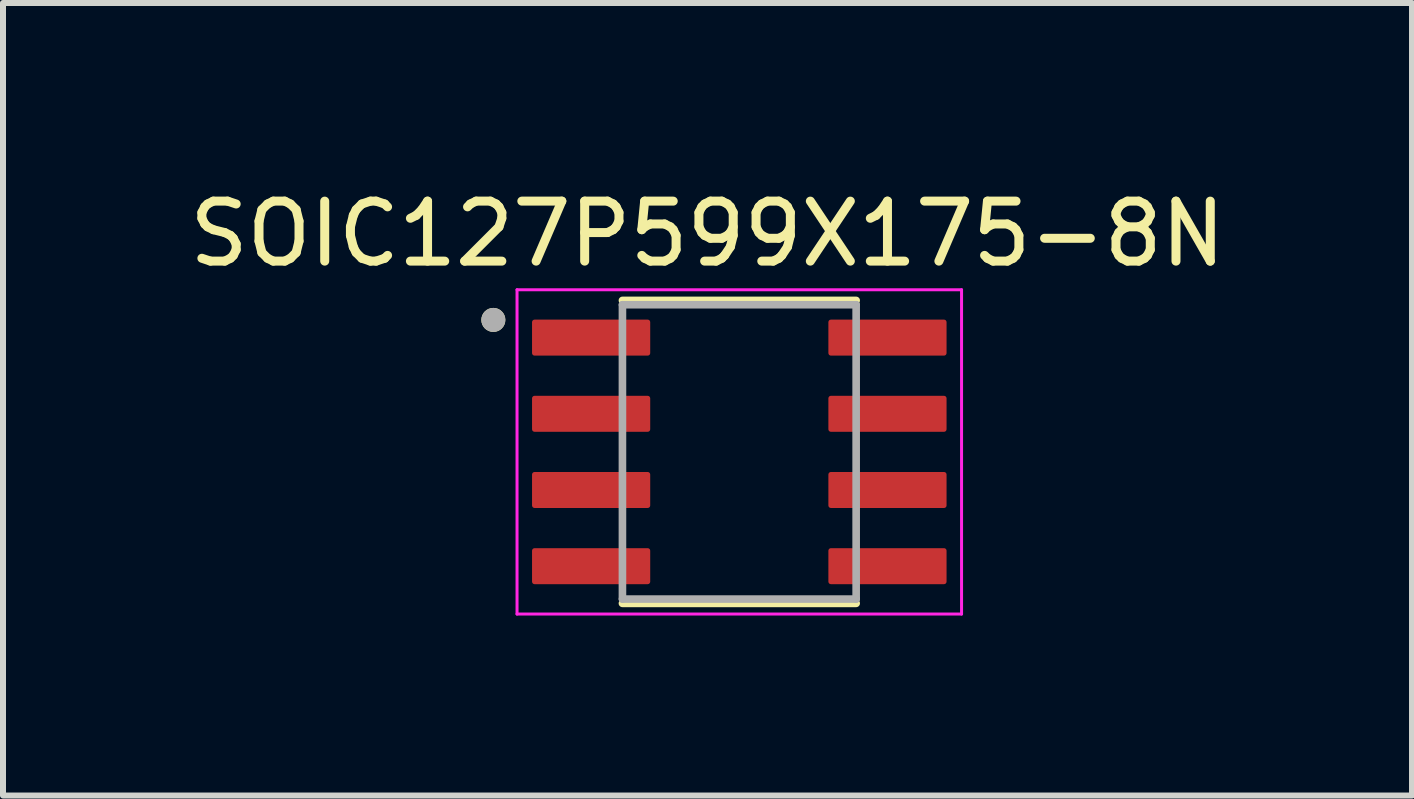
<source format=kicad_pcb>
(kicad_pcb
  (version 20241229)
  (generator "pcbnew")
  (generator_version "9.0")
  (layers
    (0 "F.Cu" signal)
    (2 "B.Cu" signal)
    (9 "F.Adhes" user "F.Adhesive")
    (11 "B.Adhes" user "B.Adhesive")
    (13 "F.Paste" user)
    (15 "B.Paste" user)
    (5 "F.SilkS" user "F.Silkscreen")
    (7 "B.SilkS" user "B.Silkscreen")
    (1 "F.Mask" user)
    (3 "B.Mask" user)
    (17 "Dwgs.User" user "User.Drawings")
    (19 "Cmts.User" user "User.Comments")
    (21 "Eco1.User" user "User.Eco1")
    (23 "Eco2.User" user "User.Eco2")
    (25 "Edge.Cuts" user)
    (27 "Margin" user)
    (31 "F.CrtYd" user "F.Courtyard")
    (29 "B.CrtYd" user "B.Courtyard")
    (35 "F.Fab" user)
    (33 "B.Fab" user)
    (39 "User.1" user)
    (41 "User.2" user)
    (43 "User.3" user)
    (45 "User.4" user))
  (footprint "SOIC127P599X175-8N"
    (layer "F.Cu")
    (at 9.274 4.483)
    (property "Reference" "SOIC127P599X175-8N" (at -0.53 -3.635 0) (layer "F.SilkS") (effects (font (size 1 1) (thickness 0.15))))
    (attr through_hole)
    (fp_line (start -1.948 -2.525) (end 1.948 -2.525) (stroke (width 0.127) (type solid)) (layer "F.SilkS"))
    (fp_line (start -1.948 2.525) (end 1.948 2.525) (stroke (width 0.127) (type solid)) (layer "F.SilkS"))
    (fp_circle (center -4.1 -2.2) (end -4 -2.2) (stroke (width 0.2) (type solid)) (fill no) (layer "F.SilkS"))
    (fp_line (start -3.705 -2.703) (end -3.705 2.703) (stroke (width 0.05) (type solid)) (layer "F.CrtYd"))
    (fp_line (start -3.705 2.703) (end 3.705 2.703) (stroke (width 0.05) (type solid)) (layer "F.CrtYd"))
    (fp_line (start 3.705 -2.703) (end -3.705 -2.703) (stroke (width 0.05) (type solid)) (layer "F.CrtYd"))
    (fp_line (start 3.705 2.703) (end 3.705 -2.703) (stroke (width 0.05) (type solid)) (layer "F.CrtYd"))
    (fp_line (start -1.948 -2.453) (end 1.948 -2.453) (stroke (width 0.127) (type solid)) (layer "F.Fab"))
    (fp_line (start -1.948 2.453) (end -1.948 -2.453) (stroke (width 0.127) (type solid)) (layer "F.Fab"))
    (fp_line (start 1.948 -2.453) (end 1.948 2.453) (stroke (width 0.127) (type solid)) (layer "F.Fab"))
    (fp_line (start 1.948 2.453) (end -1.948 2.453) (stroke (width 0.127) (type solid)) (layer "F.Fab"))
    (fp_circle (center -4.1 -2.2) (end -4 -2.2) (stroke (width 0.2) (type solid)) (fill no) (layer "F.Fab"))
    (pad "1" smd roundrect (at -2.47 -1.905) (size 1.97 0.6) (layers "F.Cu" "F.Mask" "F.Paste") (roundrect_rratio 0.07))
    (pad "2" smd roundrect (at -2.47 -0.635) (size 1.97 0.6) (layers "F.Cu" "F.Mask" "F.Paste") (roundrect_rratio 0.07))
    (pad "3" smd roundrect (at -2.47 0.635) (size 1.97 0.6) (layers "F.Cu" "F.Mask" "F.Paste") (roundrect_rratio 0.07))
    (pad "4" smd roundrect (at -2.47 1.905) (size 1.97 0.6) (layers "F.Cu" "F.Mask" "F.Paste") (roundrect_rratio 0.07))
    (pad "5" smd roundrect (at 2.47 1.905) (size 1.97 0.6) (layers "F.Cu" "F.Mask" "F.Paste") (roundrect_rratio 0.07))
    (pad "6" smd roundrect (at 2.47 0.635) (size 1.97 0.6) (layers "F.Cu" "F.Mask" "F.Paste") (roundrect_rratio 0.07))
    (pad "7" smd roundrect (at 2.47 -0.635) (size 1.97 0.6) (layers "F.Cu" "F.Mask" "F.Paste") (roundrect_rratio 0.07))
    (pad "8" smd roundrect (at 2.47 -1.905) (size 1.97 0.6) (layers "F.Cu" "F.Mask" "F.Paste") (roundrect_rratio 0.07)))
  (gr_rect
    (start -3 -3)
    (end 20.488 10.211)
    (stroke (width 0.1) (type default))
    (fill no)
    (layer "Edge.Cuts")))
</source>
